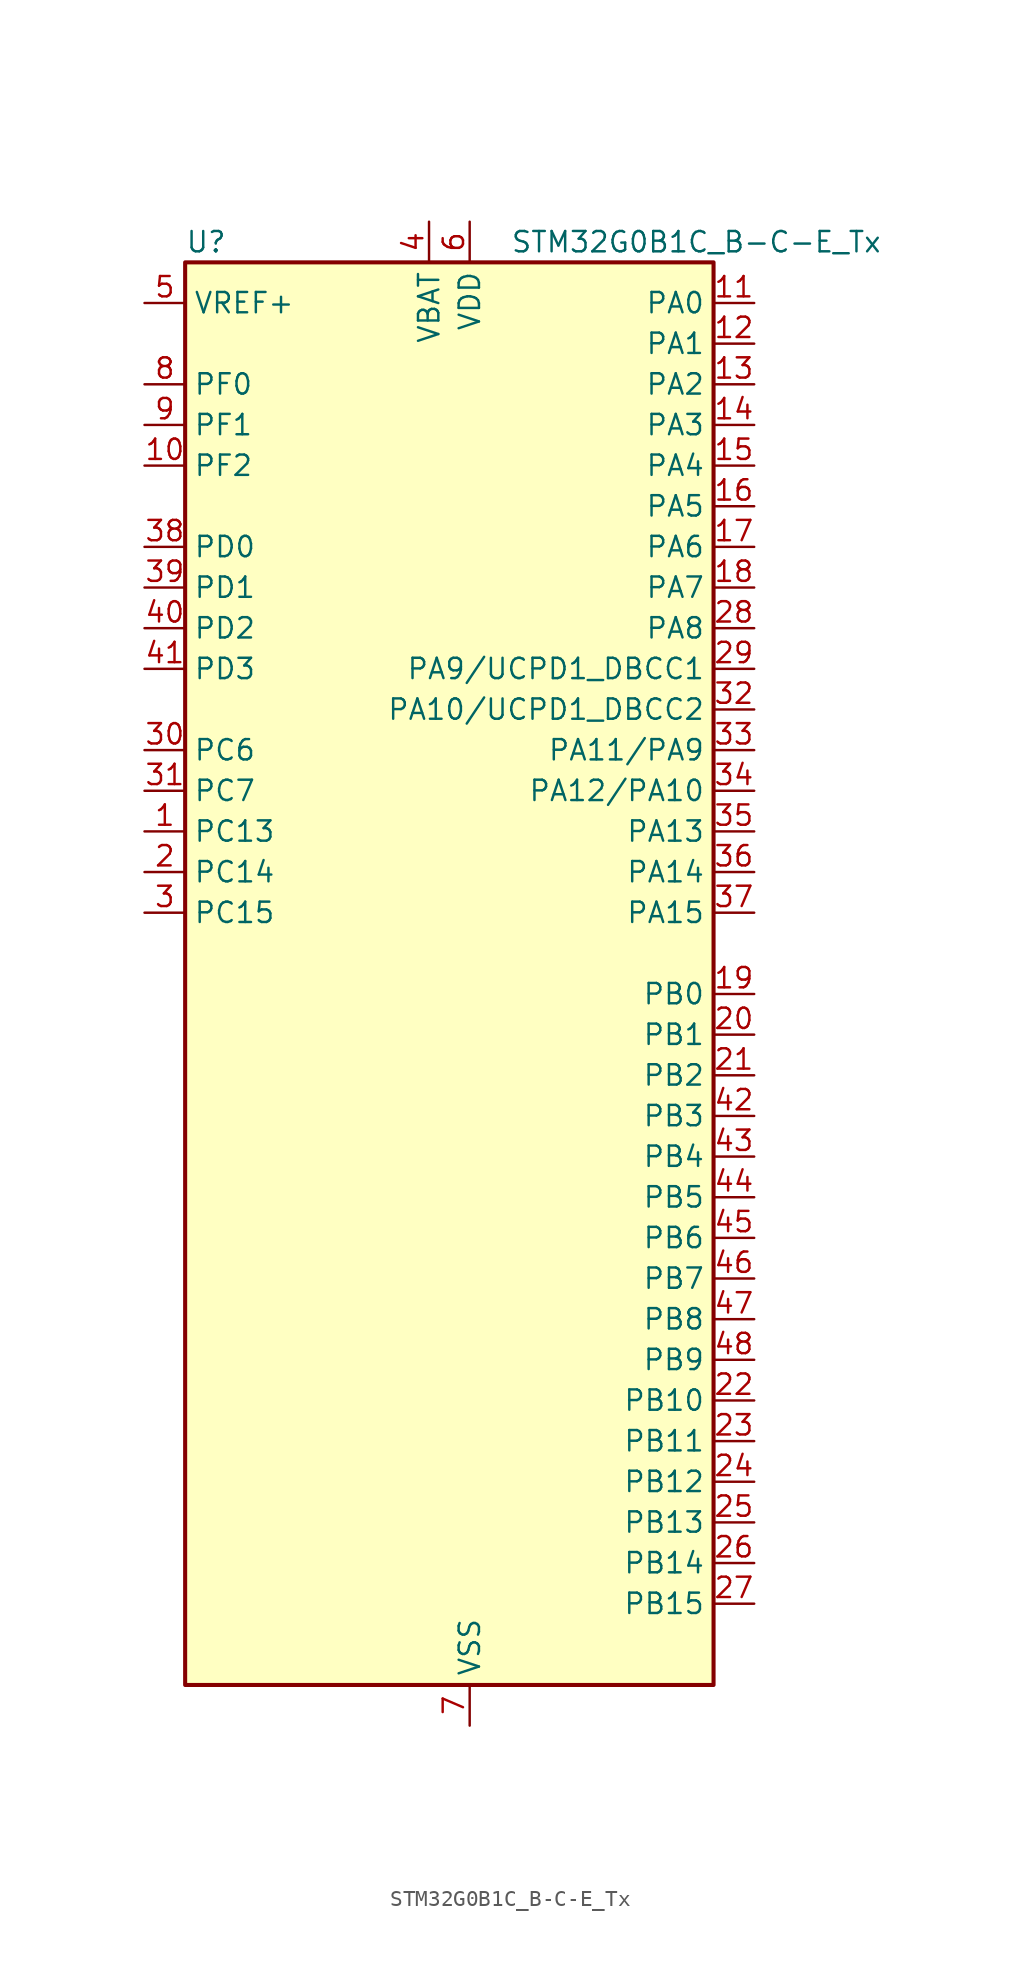
<source format=kicad_sym>
(kicad_symbol_lib
  (version 20220914)
  (generator kicad_symbol_editor)
  (symbol "STM32G0B1C_B-C-E_Tx"
    (property "Reference" "U"
      (at -15.24 46.99 0)
      (effects (font (size 1.27 1.27)) (justify left)))
    (property "Value" "STM32G0B1C_B-C-E_Tx"
      (at 5.08 46.99 0)
      (effects (font (size 1.27 1.27)) (justify left)))
    (property "ki_locked" ""
      (at 0 0 0)
      (effects (font (size 1.27 1.27))))
    (symbol "STM32G0B1C_B-C-E_Tx_0_1"
      (rectangle (start -15.24 -43.18) (end 17.78 45.72) (stroke (width 0.254) (type default)) (fill (type background))))
    (symbol "STM32G0B1C_B-C-E_Tx_1_1"
      (pin bidirectional line (at -17.78 10.16 0) (length 2.54) (name "PC13" (effects (font (size 1.27 1.27)))) (number "1" (effects (font (size 1.27 1.27)))) (alternate "RTC_OUT1" bidirectional line) (alternate "RTC_TAMP_IN1" bidirectional line) (alternate "RTC_TS" bidirectional line) (alternate "SYS_WKUP2" bidirectional line) (alternate "TIM1_BK" bidirectional line))
      (pin bidirectional line (at -17.78 33.02 0) (length 2.54) (name "PF2" (effects (font (size 1.27 1.27)))) (number "10" (effects (font (size 1.27 1.27)))) (alternate "LPUART2_DE" bidirectional line) (alternate "LPUART2_RTS" bidirectional line) (alternate "LPUART2_TX" bidirectional line) (alternate "RCC_MCO" bidirectional line))
      (pin bidirectional line (at 20.32 43.18 180) (length 2.54) (name "PA0" (effects (font (size 1.27 1.27)))) (number "11" (effects (font (size 1.27 1.27)))) (alternate "ADC1_IN0" bidirectional line) (alternate "COMP1_INM" bidirectional line) (alternate "COMP1_OUT" bidirectional line) (alternate "I2S2_CK" bidirectional line) (alternate "LPTIM1_OUT" bidirectional line) (alternate "RTC_TAMP_IN2" bidirectional line) (alternate "SPI2_SCK" bidirectional line) (alternate "SYS_WKUP1" bidirectional line) (alternate "TIM2_CH1" bidirectional line) (alternate "TIM2_ETR" bidirectional line) (alternate "UCPD2_FRSTX1" bidirectional line) (alternate "UCPD2_FRSTX2" bidirectional line) (alternate "USART2_CTS" bidirectional line) (alternate "USART2_NSS" bidirectional line) (alternate "USART4_TX" bidirectional line))
      (pin bidirectional line (at 20.32 40.64 180) (length 2.54) (name "PA1" (effects (font (size 1.27 1.27)))) (number "12" (effects (font (size 1.27 1.27)))) (alternate "ADC1_IN1" bidirectional line) (alternate "COMP1_INP" bidirectional line) (alternate "I2C1_SMBA" bidirectional line) (alternate "I2S1_CK" bidirectional line) (alternate "SPI1_SCK" bidirectional line) (alternate "TIM15_CH1N" bidirectional line) (alternate "TIM2_CH2" bidirectional line) (alternate "USART2_CK" bidirectional line) (alternate "USART2_DE" bidirectional line) (alternate "USART2_RTS" bidirectional line) (alternate "USART4_RX" bidirectional line))
      (pin bidirectional line (at 20.32 38.1 180) (length 2.54) (name "PA2" (effects (font (size 1.27 1.27)))) (number "13" (effects (font (size 1.27 1.27)))) (alternate "ADC1_IN2" bidirectional line) (alternate "COMP2_INM" bidirectional line) (alternate "COMP2_OUT" bidirectional line) (alternate "I2S1_SD" bidirectional line) (alternate "LPUART1_TX" bidirectional line) (alternate "RCC_LSCO" bidirectional line) (alternate "SPI1_MOSI" bidirectional line) (alternate "SYS_WKUP4" bidirectional line) (alternate "TIM15_CH1" bidirectional line) (alternate "TIM2_CH3" bidirectional line) (alternate "UCPD1_FRSTX1" bidirectional line) (alternate "UCPD1_FRSTX2" bidirectional line) (alternate "USART2_TX" bidirectional line))
      (pin bidirectional line (at 20.32 35.56 180) (length 2.54) (name "PA3" (effects (font (size 1.27 1.27)))) (number "14" (effects (font (size 1.27 1.27)))) (alternate "ADC1_IN3" bidirectional line) (alternate "COMP2_INP" bidirectional line) (alternate "I2S2_MCK" bidirectional line) (alternate "LPUART1_RX" bidirectional line) (alternate "SPI2_MISO" bidirectional line) (alternate "TIM15_CH2" bidirectional line) (alternate "TIM2_CH4" bidirectional line) (alternate "UCPD2_FRSTX1" bidirectional line) (alternate "UCPD2_FRSTX2" bidirectional line) (alternate "USART2_RX" bidirectional line))
      (pin bidirectional line (at 20.32 33.02 180) (length 2.54) (name "PA4" (effects (font (size 1.27 1.27)))) (number "15" (effects (font (size 1.27 1.27)))) (alternate "ADC1_IN4" bidirectional line) (alternate "DAC1_OUT1" bidirectional line) (alternate "I2S1_WS" bidirectional line) (alternate "I2S2_SD" bidirectional line) (alternate "LPTIM2_OUT" bidirectional line) (alternate "RTC_OUT2" bidirectional line) (alternate "SPI1_NSS" bidirectional line) (alternate "SPI2_MOSI" bidirectional line) (alternate "SPI3_NSS" bidirectional line) (alternate "TIM14_CH1" bidirectional line) (alternate "UCPD2_FRSTX1" bidirectional line) (alternate "UCPD2_FRSTX2" bidirectional line) (alternate "USART6_TX" bidirectional line) (alternate "USB_NOE" bidirectional line))
      (pin bidirectional line (at 20.32 30.48 180) (length 2.54) (name "PA5" (effects (font (size 1.27 1.27)))) (number "16" (effects (font (size 1.27 1.27)))) (alternate "ADC1_IN5" bidirectional line) (alternate "CEC" bidirectional line) (alternate "DAC1_OUT2" bidirectional line) (alternate "I2S1_CK" bidirectional line) (alternate "LPTIM2_ETR" bidirectional line) (alternate "SPI1_SCK" bidirectional line) (alternate "TIM2_CH1" bidirectional line) (alternate "TIM2_ETR" bidirectional line) (alternate "UCPD1_FRSTX1" bidirectional line) (alternate "UCPD1_FRSTX2" bidirectional line) (alternate "USART3_TX" bidirectional line) (alternate "USART6_RX" bidirectional line))
      (pin bidirectional line (at 20.32 27.94 180) (length 2.54) (name "PA6" (effects (font (size 1.27 1.27)))) (number "17" (effects (font (size 1.27 1.27)))) (alternate "ADC1_IN6" bidirectional line) (alternate "COMP1_OUT" bidirectional line) (alternate "I2C2_SDA" bidirectional line) (alternate "I2C3_SDA" bidirectional line) (alternate "I2S1_MCK" bidirectional line) (alternate "LPUART1_CTS" bidirectional line) (alternate "SPI1_MISO" bidirectional line) (alternate "TIM16_CH1" bidirectional line) (alternate "TIM1_BK" bidirectional line) (alternate "TIM3_CH1" bidirectional line) (alternate "USART3_CTS" bidirectional line) (alternate "USART3_NSS" bidirectional line) (alternate "USART6_CTS" bidirectional line) (alternate "USART6_NSS" bidirectional line))
      (pin bidirectional line (at 20.32 25.4 180) (length 2.54) (name "PA7" (effects (font (size 1.27 1.27)))) (number "18" (effects (font (size 1.27 1.27)))) (alternate "ADC1_IN7" bidirectional line) (alternate "COMP2_OUT" bidirectional line) (alternate "I2C2_SCL" bidirectional line) (alternate "I2C3_SCL" bidirectional line) (alternate "I2S1_SD" bidirectional line) (alternate "SPI1_MOSI" bidirectional line) (alternate "TIM14_CH1" bidirectional line) (alternate "TIM17_CH1" bidirectional line) (alternate "TIM1_CH1N" bidirectional line) (alternate "TIM3_CH2" bidirectional line) (alternate "UCPD1_FRSTX1" bidirectional line) (alternate "UCPD1_FRSTX2" bidirectional line) (alternate "USART6_CK" bidirectional line) (alternate "USART6_DE" bidirectional line) (alternate "USART6_RTS" bidirectional line))
      (pin bidirectional line (at 20.32 0 180) (length 2.54) (name "PB0" (effects (font (size 1.27 1.27)))) (number "19" (effects (font (size 1.27 1.27)))) (alternate "ADC1_IN8" bidirectional line) (alternate "COMP1_OUT" bidirectional line) (alternate "COMP3_INP" bidirectional line) (alternate "FDCAN2_RX" bidirectional line) (alternate "I2S1_WS" bidirectional line) (alternate "LPTIM1_OUT" bidirectional line) (alternate "LPUART2_CTS" bidirectional line) (alternate "SPI1_NSS" bidirectional line) (alternate "TIM1_CH2N" bidirectional line) (alternate "TIM3_CH3" bidirectional line) (alternate "UCPD1_FRSTX1" bidirectional line) (alternate "UCPD1_FRSTX2" bidirectional line) (alternate "USART3_RX" bidirectional line) (alternate "USART5_TX" bidirectional line))
      (pin bidirectional line (at -17.78 7.62 0) (length 2.54) (name "PC14" (effects (font (size 1.27 1.27)))) (number "2" (effects (font (size 1.27 1.27)))) (alternate "RCC_OSC32_IN" bidirectional line) (alternate "TIM1_BK2" bidirectional line))
      (pin bidirectional line (at 20.32 -2.54 180) (length 2.54) (name "PB1" (effects (font (size 1.27 1.27)))) (number "20" (effects (font (size 1.27 1.27)))) (alternate "ADC1_IN9" bidirectional line) (alternate "COMP1_INM" bidirectional line) (alternate "COMP3_OUT" bidirectional line) (alternate "FDCAN2_TX" bidirectional line) (alternate "LPTIM2_IN1" bidirectional line) (alternate "LPUART1_DE" bidirectional line) (alternate "LPUART1_RTS" bidirectional line) (alternate "LPUART2_DE" bidirectional line) (alternate "LPUART2_RTS" bidirectional line) (alternate "TIM14_CH1" bidirectional line) (alternate "TIM1_CH3N" bidirectional line) (alternate "TIM3_CH4" bidirectional line) (alternate "USART3_CK" bidirectional line) (alternate "USART3_DE" bidirectional line) (alternate "USART3_RTS" bidirectional line) (alternate "USART5_RX" bidirectional line))
      (pin bidirectional line (at 20.32 -5.08 180) (length 2.54) (name "PB2" (effects (font (size 1.27 1.27)))) (number "21" (effects (font (size 1.27 1.27)))) (alternate "ADC1_IN10" bidirectional line) (alternate "COMP1_INP" bidirectional line) (alternate "COMP3_INM" bidirectional line) (alternate "I2S2_MCK" bidirectional line) (alternate "LPTIM1_OUT" bidirectional line) (alternate "RCC_MCO_2" bidirectional line) (alternate "SPI2_MISO" bidirectional line) (alternate "USART3_TX" bidirectional line))
      (pin bidirectional line (at 20.32 -25.4 180) (length 2.54) (name "PB10" (effects (font (size 1.27 1.27)))) (number "22" (effects (font (size 1.27 1.27)))) (alternate "ADC1_IN11" bidirectional line) (alternate "CEC" bidirectional line) (alternate "COMP1_OUT" bidirectional line) (alternate "I2C2_SCL" bidirectional line) (alternate "I2S2_CK" bidirectional line) (alternate "LPUART1_RX" bidirectional line) (alternate "SPI2_SCK" bidirectional line) (alternate "TIM2_CH3" bidirectional line) (alternate "USART3_TX" bidirectional line))
      (pin bidirectional line (at 20.32 -27.94 180) (length 2.54) (name "PB11" (effects (font (size 1.27 1.27)))) (number "23" (effects (font (size 1.27 1.27)))) (alternate "ADC1_EXTI11" bidirectional line) (alternate "ADC1_IN15" bidirectional line) (alternate "COMP2_OUT" bidirectional line) (alternate "I2C2_SDA" bidirectional line) (alternate "I2S2_SD" bidirectional line) (alternate "LPUART1_TX" bidirectional line) (alternate "SPI2_MOSI" bidirectional line) (alternate "TIM2_CH4" bidirectional line) (alternate "USART3_RX" bidirectional line))
      (pin bidirectional line (at 20.32 -30.48 180) (length 2.54) (name "PB12" (effects (font (size 1.27 1.27)))) (number "24" (effects (font (size 1.27 1.27)))) (alternate "ADC1_IN16" bidirectional line) (alternate "FDCAN2_RX" bidirectional line) (alternate "I2C2_SMBA" bidirectional line) (alternate "I2S2_WS" bidirectional line) (alternate "LPUART1_DE" bidirectional line) (alternate "LPUART1_RTS" bidirectional line) (alternate "SPI2_NSS" bidirectional line) (alternate "TIM15_BK" bidirectional line) (alternate "TIM1_BK" bidirectional line) (alternate "UCPD2_FRSTX1" bidirectional line) (alternate "UCPD2_FRSTX2" bidirectional line))
      (pin bidirectional line (at 20.32 -33.02 180) (length 2.54) (name "PB13" (effects (font (size 1.27 1.27)))) (number "25" (effects (font (size 1.27 1.27)))) (alternate "FDCAN2_TX" bidirectional line) (alternate "I2C2_SCL" bidirectional line) (alternate "I2S2_CK" bidirectional line) (alternate "LPUART1_CTS" bidirectional line) (alternate "SPI2_SCK" bidirectional line) (alternate "TIM15_CH1N" bidirectional line) (alternate "TIM1_CH1N" bidirectional line) (alternate "USART3_CTS" bidirectional line) (alternate "USART3_NSS" bidirectional line))
      (pin bidirectional line (at 20.32 -35.56 180) (length 2.54) (name "PB14" (effects (font (size 1.27 1.27)))) (number "26" (effects (font (size 1.27 1.27)))) (alternate "I2C2_SDA" bidirectional line) (alternate "I2S2_MCK" bidirectional line) (alternate "SPI2_MISO" bidirectional line) (alternate "TIM15_CH1" bidirectional line) (alternate "TIM1_CH2N" bidirectional line) (alternate "UCPD1_FRSTX1" bidirectional line) (alternate "UCPD1_FRSTX2" bidirectional line) (alternate "USART3_CK" bidirectional line) (alternate "USART3_DE" bidirectional line) (alternate "USART3_RTS" bidirectional line) (alternate "USART6_CK" bidirectional line) (alternate "USART6_DE" bidirectional line) (alternate "USART6_RTS" bidirectional line))
      (pin bidirectional line (at 20.32 -38.1 180) (length 2.54) (name "PB15" (effects (font (size 1.27 1.27)))) (number "27" (effects (font (size 1.27 1.27)))) (alternate "I2S2_SD" bidirectional line) (alternate "RTC_REFIN" bidirectional line) (alternate "SPI2_MOSI" bidirectional line) (alternate "TIM15_CH1N" bidirectional line) (alternate "TIM15_CH2" bidirectional line) (alternate "TIM1_CH3N" bidirectional line) (alternate "UCPD1_CC2" bidirectional line) (alternate "USART6_CTS" bidirectional line) (alternate "USART6_NSS" bidirectional line))
      (pin bidirectional line (at 20.32 22.86 180) (length 2.54) (name "PA8" (effects (font (size 1.27 1.27)))) (number "28" (effects (font (size 1.27 1.27)))) (alternate "CRS1_SYNC" bidirectional line) (alternate "I2C2_SMBA" bidirectional line) (alternate "I2S2_WS" bidirectional line) (alternate "LPTIM2_OUT" bidirectional line) (alternate "RCC_MCO" bidirectional line) (alternate "SPI2_NSS" bidirectional line) (alternate "TIM1_CH1" bidirectional line) (alternate "UCPD1_CC1" bidirectional line))
      (pin bidirectional line (at 20.32 20.32 180) (length 2.54) (name "PA9/UCPD1_DBCC1" (effects (font (size 1.27 1.27)))) (number "29" (effects (font (size 1.27 1.27)))) (alternate "DAC1_EXTI9" bidirectional line) (alternate "I2C1_SCL" bidirectional line) (alternate "I2C2_SCL" bidirectional line) (alternate "I2S2_MCK" bidirectional line) (alternate "RCC_MCO" bidirectional line) (alternate "SPI2_MISO" bidirectional line) (alternate "TIM15_BK" bidirectional line) (alternate "TIM1_CH2" bidirectional line) (alternate "UCPD1_DBCC1" bidirectional line) (alternate "USART1_TX" bidirectional line))
      (pin bidirectional line (at -17.78 5.08 0) (length 2.54) (name "PC15" (effects (font (size 1.27 1.27)))) (number "3" (effects (font (size 1.27 1.27)))) (alternate "RCC_OSC32_EN" bidirectional line) (alternate "RCC_OSC32_OUT" bidirectional line) (alternate "RCC_OSC_EN" bidirectional line) (alternate "TIM15_BK" bidirectional line))
      (pin bidirectional line (at -17.78 15.24 0) (length 2.54) (name "PC6" (effects (font (size 1.27 1.27)))) (number "30" (effects (font (size 1.27 1.27)))) (alternate "LPUART2_TX" bidirectional line) (alternate "TIM2_CH3" bidirectional line) (alternate "TIM3_CH1" bidirectional line) (alternate "UCPD1_FRSTX1" bidirectional line) (alternate "UCPD1_FRSTX2" bidirectional line))
      (pin bidirectional line (at -17.78 12.7 0) (length 2.54) (name "PC7" (effects (font (size 1.27 1.27)))) (number "31" (effects (font (size 1.27 1.27)))) (alternate "LPUART2_RX" bidirectional line) (alternate "TIM2_CH4" bidirectional line) (alternate "TIM3_CH2" bidirectional line) (alternate "UCPD2_FRSTX1" bidirectional line) (alternate "UCPD2_FRSTX2" bidirectional line))
      (pin bidirectional line (at 20.32 17.78 180) (length 2.54) (name "PA10/UCPD1_DBCC2" (effects (font (size 1.27 1.27)))) (number "32" (effects (font (size 1.27 1.27)))) (alternate "I2C1_SDA" bidirectional line) (alternate "I2C2_SDA" bidirectional line) (alternate "I2S2_SD" bidirectional line) (alternate "RCC_MCO_2" bidirectional line) (alternate "SPI2_MOSI" bidirectional line) (alternate "TIM17_BK" bidirectional line) (alternate "TIM1_CH3" bidirectional line) (alternate "UCPD1_DBCC2" bidirectional line) (alternate "USART1_RX" bidirectional line))
      (pin bidirectional line (at 20.32 15.24 180) (length 2.54) (name "PA11/PA9" (effects (font (size 1.27 1.27)))) (number "33" (effects (font (size 1.27 1.27)))) (alternate "ADC1_EXTI11" bidirectional line) (alternate "COMP1_OUT" bidirectional line) (alternate "FDCAN1_RX" bidirectional line) (alternate "I2C2_SCL" bidirectional line) (alternate "I2S1_MCK" bidirectional line) (alternate "SPI1_MISO" bidirectional line) (alternate "TIM1_BK2" bidirectional line) (alternate "TIM1_CH4" bidirectional line) (alternate "USART1_CTS" bidirectional line) (alternate "USART1_NSS" bidirectional line) (alternate "USB_DM" bidirectional line))
      (pin bidirectional line (at 20.32 12.7 180) (length 2.54) (name "PA12/PA10" (effects (font (size 1.27 1.27)))) (number "34" (effects (font (size 1.27 1.27)))) (alternate "COMP2_OUT" bidirectional line) (alternate "FDCAN1_TX" bidirectional line) (alternate "I2C2_SDA" bidirectional line) (alternate "I2S1_SD" bidirectional line) (alternate "I2S_CKIN" bidirectional line) (alternate "SPI1_MOSI" bidirectional line) (alternate "TIM1_ETR" bidirectional line) (alternate "USART1_CK" bidirectional line) (alternate "USART1_DE" bidirectional line) (alternate "USART1_RTS" bidirectional line) (alternate "USB_DP" bidirectional line))
      (pin bidirectional line (at 20.32 10.16 180) (length 2.54) (name "PA13" (effects (font (size 1.27 1.27)))) (number "35" (effects (font (size 1.27 1.27)))) (alternate "IR_OUT" bidirectional line) (alternate "LPUART2_RX" bidirectional line) (alternate "SYS_SWDIO" bidirectional line) (alternate "USB_NOE" bidirectional line))
      (pin bidirectional line (at 20.32 7.62 180) (length 2.54) (name "PA14" (effects (font (size 1.27 1.27)))) (number "36" (effects (font (size 1.27 1.27)))) (alternate "LPUART2_TX" bidirectional line) (alternate "SYS_SWCLK" bidirectional line) (alternate "USART2_TX" bidirectional line))
      (pin bidirectional line (at 20.32 5.08 180) (length 2.54) (name "PA15" (effects (font (size 1.27 1.27)))) (number "37" (effects (font (size 1.27 1.27)))) (alternate "I2C2_SMBA" bidirectional line) (alternate "I2S1_WS" bidirectional line) (alternate "RCC_MCO_2" bidirectional line) (alternate "SPI1_NSS" bidirectional line) (alternate "SPI3_NSS" bidirectional line) (alternate "TIM2_CH1" bidirectional line) (alternate "TIM2_ETR" bidirectional line) (alternate "USART2_RX" bidirectional line) (alternate "USART3_CK" bidirectional line) (alternate "USART3_DE" bidirectional line) (alternate "USART3_RTS" bidirectional line) (alternate "USART4_CK" bidirectional line) (alternate "USART4_DE" bidirectional line) (alternate "USART4_RTS" bidirectional line) (alternate "USB_NOE" bidirectional line))
      (pin bidirectional line (at -17.78 27.94 0) (length 2.54) (name "PD0" (effects (font (size 1.27 1.27)))) (number "38" (effects (font (size 1.27 1.27)))) (alternate "FDCAN1_RX" bidirectional line) (alternate "I2S2_WS" bidirectional line) (alternate "SPI2_NSS" bidirectional line) (alternate "TIM16_CH1" bidirectional line) (alternate "UCPD2_CC1" bidirectional line))
      (pin bidirectional line (at -17.78 25.4 0) (length 2.54) (name "PD1" (effects (font (size 1.27 1.27)))) (number "39" (effects (font (size 1.27 1.27)))) (alternate "FDCAN1_TX" bidirectional line) (alternate "I2S2_CK" bidirectional line) (alternate "SPI2_SCK" bidirectional line) (alternate "TIM17_CH1" bidirectional line) (alternate "UCPD2_DBCC1" bidirectional line))
      (pin power_in line (at 0 48.26 270) (length 2.54) (name "VBAT" (effects (font (size 1.27 1.27)))) (number "4" (effects (font (size 1.27 1.27)))))
      (pin bidirectional line (at -17.78 22.86 0) (length 2.54) (name "PD2" (effects (font (size 1.27 1.27)))) (number "40" (effects (font (size 1.27 1.27)))) (alternate "TIM1_CH1N" bidirectional line) (alternate "TIM3_ETR" bidirectional line) (alternate "UCPD2_CC2" bidirectional line) (alternate "USART3_CK" bidirectional line) (alternate "USART3_DE" bidirectional line) (alternate "USART3_RTS" bidirectional line) (alternate "USART5_RX" bidirectional line))
      (pin bidirectional line (at -17.78 20.32 0) (length 2.54) (name "PD3" (effects (font (size 1.27 1.27)))) (number "41" (effects (font (size 1.27 1.27)))) (alternate "I2S2_MCK" bidirectional line) (alternate "SPI2_MISO" bidirectional line) (alternate "TIM1_CH2N" bidirectional line) (alternate "UCPD2_DBCC2" bidirectional line) (alternate "USART2_CTS" bidirectional line) (alternate "USART2_NSS" bidirectional line) (alternate "USART5_TX" bidirectional line))
      (pin bidirectional line (at 20.32 -7.62 180) (length 2.54) (name "PB3" (effects (font (size 1.27 1.27)))) (number "42" (effects (font (size 1.27 1.27)))) (alternate "COMP2_INM" bidirectional line) (alternate "I2C2_SCL" bidirectional line) (alternate "I2C3_SCL" bidirectional line) (alternate "I2S1_CK" bidirectional line) (alternate "SPI1_SCK" bidirectional line) (alternate "SPI3_SCK" bidirectional line) (alternate "TIM1_CH2" bidirectional line) (alternate "TIM2_CH2" bidirectional line) (alternate "USART1_CK" bidirectional line) (alternate "USART1_DE" bidirectional line) (alternate "USART1_RTS" bidirectional line) (alternate "USART5_TX" bidirectional line))
      (pin bidirectional line (at 20.32 -10.16 180) (length 2.54) (name "PB4" (effects (font (size 1.27 1.27)))) (number "43" (effects (font (size 1.27 1.27)))) (alternate "COMP2_INP" bidirectional line) (alternate "I2C2_SDA" bidirectional line) (alternate "I2C3_SDA" bidirectional line) (alternate "I2S1_MCK" bidirectional line) (alternate "SPI1_MISO" bidirectional line) (alternate "SPI3_MISO" bidirectional line) (alternate "TIM17_BK" bidirectional line) (alternate "TIM3_CH1" bidirectional line) (alternate "USART1_CTS" bidirectional line) (alternate "USART1_NSS" bidirectional line) (alternate "USART5_RX" bidirectional line))
      (pin bidirectional line (at 20.32 -12.7 180) (length 2.54) (name "PB5" (effects (font (size 1.27 1.27)))) (number "44" (effects (font (size 1.27 1.27)))) (alternate "COMP2_OUT" bidirectional line) (alternate "FDCAN2_RX" bidirectional line) (alternate "I2C1_SMBA" bidirectional line) (alternate "I2S1_SD" bidirectional line) (alternate "LPTIM1_IN1" bidirectional line) (alternate "SPI1_MOSI" bidirectional line) (alternate "SPI3_MOSI" bidirectional line) (alternate "SYS_WKUP6" bidirectional line) (alternate "TIM16_BK" bidirectional line) (alternate "TIM3_CH2" bidirectional line) (alternate "USART5_CK" bidirectional line) (alternate "USART5_DE" bidirectional line) (alternate "USART5_RTS" bidirectional line))
      (pin bidirectional line (at 20.32 -15.24 180) (length 2.54) (name "PB6" (effects (font (size 1.27 1.27)))) (number "45" (effects (font (size 1.27 1.27)))) (alternate "COMP2_INP" bidirectional line) (alternate "FDCAN2_TX" bidirectional line) (alternate "I2C1_SCL" bidirectional line) (alternate "I2S2_MCK" bidirectional line) (alternate "LPTIM1_ETR" bidirectional line) (alternate "LPUART2_TX" bidirectional line) (alternate "SPI2_MISO" bidirectional line) (alternate "TIM16_CH1N" bidirectional line) (alternate "TIM1_CH3" bidirectional line) (alternate "TIM4_CH1" bidirectional line) (alternate "USART1_TX" bidirectional line) (alternate "USART5_CTS" bidirectional line) (alternate "USART5_NSS" bidirectional line))
      (pin bidirectional line (at 20.32 -17.78 180) (length 2.54) (name "PB7" (effects (font (size 1.27 1.27)))) (number "46" (effects (font (size 1.27 1.27)))) (alternate "COMP2_INM" bidirectional line) (alternate "I2C1_SDA" bidirectional line) (alternate "I2S2_SD" bidirectional line) (alternate "LPTIM1_IN2" bidirectional line) (alternate "LPUART2_RX" bidirectional line) (alternate "SPI2_MOSI" bidirectional line) (alternate "SYS_PVD_IN" bidirectional line) (alternate "TIM17_CH1N" bidirectional line) (alternate "TIM4_CH2" bidirectional line) (alternate "USART1_RX" bidirectional line) (alternate "USART4_CTS" bidirectional line) (alternate "USART4_NSS" bidirectional line))
      (pin bidirectional line (at 20.32 -20.32 180) (length 2.54) (name "PB8" (effects (font (size 1.27 1.27)))) (number "47" (effects (font (size 1.27 1.27)))) (alternate "CEC" bidirectional line) (alternate "FDCAN1_RX" bidirectional line) (alternate "I2C1_SCL" bidirectional line) (alternate "I2S2_CK" bidirectional line) (alternate "SPI2_SCK" bidirectional line) (alternate "TIM15_BK" bidirectional line) (alternate "TIM16_CH1" bidirectional line) (alternate "TIM4_CH3" bidirectional line) (alternate "USART3_TX" bidirectional line) (alternate "USART6_TX" bidirectional line))
      (pin bidirectional line (at 20.32 -22.86 180) (length 2.54) (name "PB9" (effects (font (size 1.27 1.27)))) (number "48" (effects (font (size 1.27 1.27)))) (alternate "DAC1_EXTI9" bidirectional line) (alternate "FDCAN1_TX" bidirectional line) (alternate "I2C1_SDA" bidirectional line) (alternate "I2S2_WS" bidirectional line) (alternate "IR_OUT" bidirectional line) (alternate "SPI2_NSS" bidirectional line) (alternate "TIM17_CH1" bidirectional line) (alternate "TIM4_CH4" bidirectional line) (alternate "UCPD2_FRSTX1" bidirectional line) (alternate "UCPD2_FRSTX2" bidirectional line) (alternate "USART3_RX" bidirectional line) (alternate "USART6_RX" bidirectional line))
      (pin input line (at -17.78 43.18 0) (length 2.54) (name "VREF+" (effects (font (size 1.27 1.27)))) (number "5" (effects (font (size 1.27 1.27)))) (alternate "VREFBUF_OUT" bidirectional line))
      (pin power_in line (at 2.54 48.26 270) (length 2.54) (name "VDD" (effects (font (size 1.27 1.27)))) (number "6" (effects (font (size 1.27 1.27)))))
      (pin power_in line (at 2.54 -45.72 90) (length 2.54) (name "VSS" (effects (font (size 1.27 1.27)))) (number "7" (effects (font (size 1.27 1.27)))))
      (pin bidirectional line (at -17.78 38.1 0) (length 2.54) (name "PF0" (effects (font (size 1.27 1.27)))) (number "8" (effects (font (size 1.27 1.27)))) (alternate "CRS1_SYNC" bidirectional line) (alternate "RCC_OSC_IN" bidirectional line) (alternate "TIM14_CH1" bidirectional line))
      (pin bidirectional line (at -17.78 35.56 0) (length 2.54) (name "PF1" (effects (font (size 1.27 1.27)))) (number "9" (effects (font (size 1.27 1.27)))) (alternate "RCC_OSC_EN" bidirectional line) (alternate "RCC_OSC_OUT" bidirectional line) (alternate "TIM15_CH1N" bidirectional line)))))
</source>
